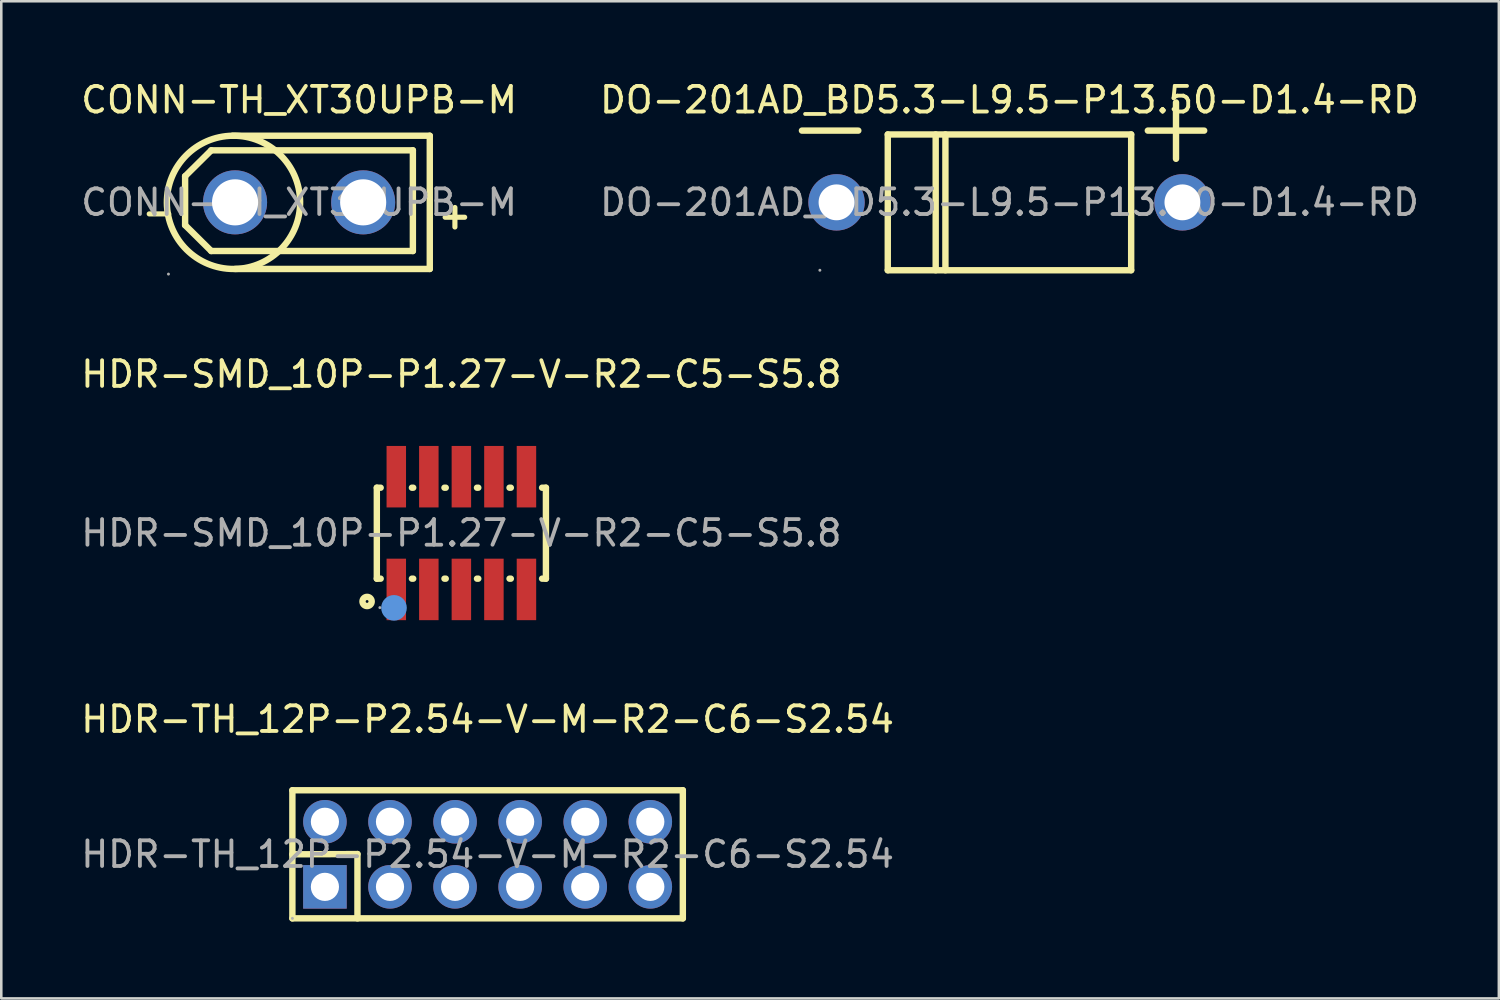
<source format=kicad_pcb>
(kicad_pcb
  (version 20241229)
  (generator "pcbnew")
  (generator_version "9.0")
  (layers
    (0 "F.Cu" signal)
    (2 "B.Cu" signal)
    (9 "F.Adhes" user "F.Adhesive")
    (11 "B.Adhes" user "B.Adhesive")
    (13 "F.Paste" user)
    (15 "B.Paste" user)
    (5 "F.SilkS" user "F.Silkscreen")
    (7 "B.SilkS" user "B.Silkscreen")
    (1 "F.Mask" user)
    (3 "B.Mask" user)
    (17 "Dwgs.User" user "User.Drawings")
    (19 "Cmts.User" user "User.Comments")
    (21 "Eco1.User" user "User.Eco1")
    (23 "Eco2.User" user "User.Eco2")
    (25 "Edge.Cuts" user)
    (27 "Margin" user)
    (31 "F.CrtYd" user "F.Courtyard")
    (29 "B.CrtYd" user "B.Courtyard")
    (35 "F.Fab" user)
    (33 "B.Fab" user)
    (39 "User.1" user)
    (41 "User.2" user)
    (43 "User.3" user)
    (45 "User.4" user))
  (footprint "CONN-TH_XT30UPB-M"
    (layer "F.Cu")
    (at 8.625 4.848)
    (property "Reference" "CONN-TH_XT30UPB-M" (at 0 -4 0) (layer "F.SilkS") (effects (font (size 1 1) (thickness 0.15))))
    (attr through_hole)
    (fp_line (start -4.45 -1.02) (end -3.43 -2.03) (stroke (width 0.25) (type solid)) (layer "F.SilkS"))
    (fp_line (start -4.45 0.89) (end -4.45 -1.02) (stroke (width 0.25) (type solid)) (layer "F.SilkS"))
    (fp_line (start -3.43 -2.03) (end 4.44 -2.03) (stroke (width 0.25) (type solid)) (layer "F.SilkS"))
    (fp_line (start -3.43 1.9) (end -4.45 0.89) (stroke (width 0.25) (type solid)) (layer "F.SilkS"))
    (fp_line (start -2.6 -2.6) (end 5.1 -2.6) (stroke (width 0.25) (type solid)) (layer "F.SilkS"))
    (fp_line (start 4.44 -2.03) (end 4.44 1.9) (stroke (width 0.25) (type solid)) (layer "F.SilkS"))
    (fp_line (start 4.44 1.9) (end -3.43 1.9) (stroke (width 0.25) (type solid)) (layer "F.SilkS"))
    (fp_line (start 5.1 -2.6) (end 5.1 2.6) (stroke (width 0.25) (type solid)) (layer "F.SilkS"))
    (fp_line (start 5.1 2.6) (end -2.51 2.6) (stroke (width 0.25) (type solid)) (layer "F.SilkS"))
    (fp_arc (start -2.555384 2.600477) (mid -2.587309 -2.600338) (end -2.51 2.6) (stroke (width 0.25) (type solid)) (layer "F.SilkS"))
    (fp_circle (center -5.1 2.8) (end -5.07 2.8) (stroke (width 0.06) (type solid)) (fill no) (layer "F.Fab"))
    (fp_circle (center -2.5 0) (end -2.1 0) (stroke (width 0.8) (type solid)) (fill no) (layer "F.Fab"))
    (fp_circle (center 2.5 0) (end 2.9 0) (stroke (width 0.8) (type solid)) (fill no) (layer "F.Fab"))
    (fp_text user "+" (at 5.33 0.51 0) (layer "F.SilkS") (effects (font (size 1 1) (thickness 0.2)) (justify left)))
    (fp_text user "-" (at -6.22 0.38 0) (layer "F.SilkS") (effects (font (size 1 1) (thickness 0.2)) (justify left)))
    (fp_text user "${REFERENCE}" (at 0 0 0) (layer "F.Fab") (effects (font (size 1 1) (thickness 0.15))))
    (pad "1" thru_hole circle (at -2.5 0) (size 2.5 2.5) (drill 1.8) (layers "*.Cu" "*.Mask"))
    (pad "2" thru_hole circle (at 2.5 0) (size 2.5 2.5) (drill 1.8) (layers "*.Cu" "*.Mask")))
  (footprint "HDR-TH_12P-P2.54-V-M-R2-C6-S2.54"
    (layer "F.Cu")
    (at 15.982 30.295)
    (property "Reference" "HDR-TH_12P-P2.54-V-M-R2-C6-S2.54" (at 0 -5.27 0) (layer "F.SilkS") (effects (font (size 1 1) (thickness 0.15))))
    (attr through_hole)
    (fp_line (start -7.62 -2.5) (end -7.62 2.5) (stroke (width 0.25) (type solid)) (layer "F.SilkS"))
    (fp_line (start -7.62 0) (end -5.08 -0.01) (stroke (width 0.25) (type solid)) (layer "F.SilkS"))
    (fp_line (start -7.62 2.5) (end 7.62 2.5) (stroke (width 0.25) (type solid)) (layer "F.SilkS"))
    (fp_line (start -5.08 -0.01) (end -5.08 2.5) (stroke (width 0.25) (type solid)) (layer "F.SilkS"))
    (fp_line (start 7.62 -2.5) (end -7.62 -2.5) (stroke (width 0.25) (type solid)) (layer "F.SilkS"))
    (fp_line (start 7.62 2.5) (end 7.62 -2.5) (stroke (width 0.25) (type solid)) (layer "F.SilkS"))
    (fp_circle (center -7.62 2.5) (end -7.59 2.5) (stroke (width 0.06) (type solid)) (fill no) (layer "F.Fab"))
    (fp_text user "${REFERENCE}" (at 0 0 0) (layer "F.Fab") (effects (font (size 1 1) (thickness 0.15))))
    (pad "1" thru_hole rect (at -6.35 1.27) (size 1.7 1.7) (drill 1.1) (layers "*.Cu" "*.Mask"))
    (pad "2" thru_hole circle (at -6.35 -1.27) (size 1.7 1.7) (drill 1.1) (layers "*.Cu" "*.Mask"))
    (pad "3" thru_hole circle (at -3.81 1.27) (size 1.7 1.7) (drill 1.1) (layers "*.Cu" "*.Mask"))
    (pad "4" thru_hole circle (at -3.81 -1.27) (size 1.7 1.7) (drill 1.1) (layers "*.Cu" "*.Mask"))
    (pad "5" thru_hole circle (at -1.27 1.27) (size 1.7 1.7) (drill 1.1) (layers "*.Cu" "*.Mask"))
    (pad "6" thru_hole circle (at -1.27 -1.27) (size 1.7 1.7) (drill 1.1) (layers "*.Cu" "*.Mask"))
    (pad "7" thru_hole circle (at 1.27 1.27) (size 1.7 1.7) (drill 1.1) (layers "*.Cu" "*.Mask"))
    (pad "8" thru_hole circle (at 1.27 -1.27) (size 1.7 1.7) (drill 1.1) (layers "*.Cu" "*.Mask"))
    (pad "9" thru_hole circle (at 3.81 1.27) (size 1.7 1.7) (drill 1.1) (layers "*.Cu" "*.Mask"))
    (pad "10" thru_hole circle (at 3.81 -1.27) (size 1.7 1.7) (drill 1.1) (layers "*.Cu" "*.Mask"))
    (pad "11" thru_hole circle (at 6.35 1.27) (size 1.7 1.7) (drill 1.1) (layers "*.Cu" "*.Mask"))
    (pad "12" thru_hole circle (at 6.35 -1.27) (size 1.7 1.7) (drill 1.1) (layers "*.Cu" "*.Mask")))
  (footprint "DO-201AD_BD5.3-L9.5-P13.50-D1.4-RD"
    (layer "F.Cu")
    (at 36.351 4.848)
    (property "Reference" "DO-201AD_BD5.3-L9.5-P13.50-D1.4-RD" (at 0 -4 0) (layer "F.SilkS") (effects (font (size 1 1) (thickness 0.15))))
    (attr smd)
    (fp_line (start -8.1 -2.8) (end -5.9 -2.8) (stroke (width 0.25) (type solid)) (layer "F.SilkS"))
    (fp_line (start -4.75 -2.65) (end -4.75 2.65) (stroke (width 0.25) (type solid)) (layer "F.SilkS"))
    (fp_line (start -4.75 -2.65) (end 4.75 -2.65) (stroke (width 0.25) (type solid)) (layer "F.SilkS"))
    (fp_line (start -2.88 -2.65) (end -2.88 2.65) (stroke (width 0.25) (type solid)) (layer "F.SilkS"))
    (fp_line (start -2.5 -2.65) (end -2.5 2.65) (stroke (width 0.25) (type solid)) (layer "F.SilkS"))
    (fp_line (start 4.75 -2.65) (end 4.75 2.65) (stroke (width 0.25) (type solid)) (layer "F.SilkS"))
    (fp_line (start 4.75 2.65) (end -4.75 2.65) (stroke (width 0.25) (type solid)) (layer "F.SilkS"))
    (fp_line (start 5.4 -2.8) (end 7.6 -2.8) (stroke (width 0.25) (type solid)) (layer "F.SilkS"))
    (fp_line (start 6.5 -1.7) (end 6.5 -3.9) (stroke (width 0.25) (type solid)) (layer "F.SilkS"))
    (fp_circle (center -7.4 2.65) (end -7.37 2.65) (stroke (width 0.06) (type solid)) (fill no) (layer "F.Fab"))
    (fp_circle (center -6.75 0) (end -6.42 0) (stroke (width 0.65) (type solid)) (fill no) (layer "F.Fab"))
    (fp_circle (center 6.75 0) (end 7.08 0) (stroke (width 0.65) (type solid)) (fill no) (layer "F.Fab"))
    (fp_text user "${REFERENCE}" (at 0 0 0) (layer "F.Fab") (effects (font (size 1 1) (thickness 0.15))))
    (pad "1" thru_hole circle (at -6.75 0 180) (size 2.2 2.2) (drill 1.4) (layers "*.Cu" "*.Mask"))
    (pad "2" thru_hole circle (at 6.75 0 180) (size 2.2 2.2) (drill 1.4) (layers "*.Cu" "*.Mask")))
  (footprint "HDR-SMD_10P-P1.27-V-R2-C5-S5.8"
    (layer "F.Cu")
    (at 14.958 17.756)
    (property "Reference" "HDR-SMD_10P-P1.27-V-R2-C5-S5.8" (at 0 -6.2 0) (layer "F.SilkS") (effects (font (size 1 1) (thickness 0.15))))
    (attr through_hole)
    (fp_line (start -3.3 -1.77) (end -3.15 -1.77) (stroke (width 0.25) (type solid)) (layer "F.SilkS"))
    (fp_line (start -3.3 1.78) (end -3.3 -1.77) (stroke (width 0.25) (type solid)) (layer "F.SilkS"))
    (fp_line (start -3.15 1.78) (end -3.3 1.78) (stroke (width 0.25) (type solid)) (layer "F.SilkS"))
    (fp_line (start -1.93 -1.77) (end -1.88 -1.77) (stroke (width 0.25) (type solid)) (layer "F.SilkS"))
    (fp_line (start -1.88 1.78) (end -1.93 1.78) (stroke (width 0.25) (type solid)) (layer "F.SilkS"))
    (fp_line (start -0.66 -1.77) (end -0.61 -1.77) (stroke (width 0.25) (type solid)) (layer "F.SilkS"))
    (fp_line (start -0.61 1.78) (end -0.66 1.78) (stroke (width 0.25) (type solid)) (layer "F.SilkS"))
    (fp_line (start 0.61 -1.77) (end 0.66 -1.77) (stroke (width 0.25) (type solid)) (layer "F.SilkS"))
    (fp_line (start 0.66 1.78) (end 0.61 1.78) (stroke (width 0.25) (type solid)) (layer "F.SilkS"))
    (fp_line (start 1.88 -1.77) (end 1.93 -1.77) (stroke (width 0.25) (type solid)) (layer "F.SilkS"))
    (fp_line (start 1.93 1.78) (end 1.88 1.78) (stroke (width 0.25) (type solid)) (layer "F.SilkS"))
    (fp_line (start 3.15 -1.77) (end 3.3 -1.77) (stroke (width 0.25) (type solid)) (layer "F.SilkS"))
    (fp_line (start 3.3 -1.77) (end 3.3 1.78) (stroke (width 0.25) (type solid)) (layer "F.SilkS"))
    (fp_line (start 3.3 1.78) (end 3.15 1.78) (stroke (width 0.25) (type solid)) (layer "F.SilkS"))
    (fp_circle (center -3.68 2.67) (end -3.5 2.67) (stroke (width 0.25) (type solid)) (fill no) (layer "F.SilkS"))
    (fp_circle (center -2.63 2.92) (end -2.38 2.92) (stroke (width 0.5) (type solid)) (fill no) (layer "Cmts.User"))
    (fp_circle (center -3.18 2.91) (end -3.15 2.91) (stroke (width 0.06) (type solid)) (fill no) (layer "F.Fab"))
    (fp_text user "${REFERENCE}" (at 0 0 0) (layer "F.Fab") (effects (font (size 1 1) (thickness 0.15))))
    (pad "1" smd rect (at -2.54 2.2) (size 0.76 2.4) (layers "F.Cu" "F.Mask" "F.Paste"))
    (pad "2" smd rect (at -2.54 -2.2) (size 0.76 2.4) (layers "F.Cu" "F.Mask" "F.Paste"))
    (pad "3" smd rect (at -1.27 2.2) (size 0.76 2.4) (layers "F.Cu" "F.Mask" "F.Paste"))
    (pad "4" smd rect (at -1.27 -2.2) (size 0.76 2.4) (layers "F.Cu" "F.Mask" "F.Paste"))
    (pad "5" smd rect (at 0 2.2) (size 0.76 2.4) (layers "F.Cu" "F.Mask" "F.Paste"))
    (pad "6" smd rect (at 0 -2.2) (size 0.76 2.4) (layers "F.Cu" "F.Mask" "F.Paste"))
    (pad "7" smd rect (at 1.27 2.2) (size 0.76 2.4) (layers "F.Cu" "F.Mask" "F.Paste"))
    (pad "8" smd rect (at 1.27 -2.2) (size 0.76 2.4) (layers "F.Cu" "F.Mask" "F.Paste"))
    (pad "9" smd rect (at 2.54 2.2) (size 0.76 2.4) (layers "F.Cu" "F.Mask" "F.Paste"))
    (pad "10" smd rect (at 2.54 -2.2) (size 0.76 2.4) (layers "F.Cu" "F.Mask" "F.Paste")))
  (gr_rect
    (start -3 -3)
    (end 55.452 35.92)
    (stroke (width 0.1) (type default))
    (fill no)
    (layer "Edge.Cuts")))
</source>
